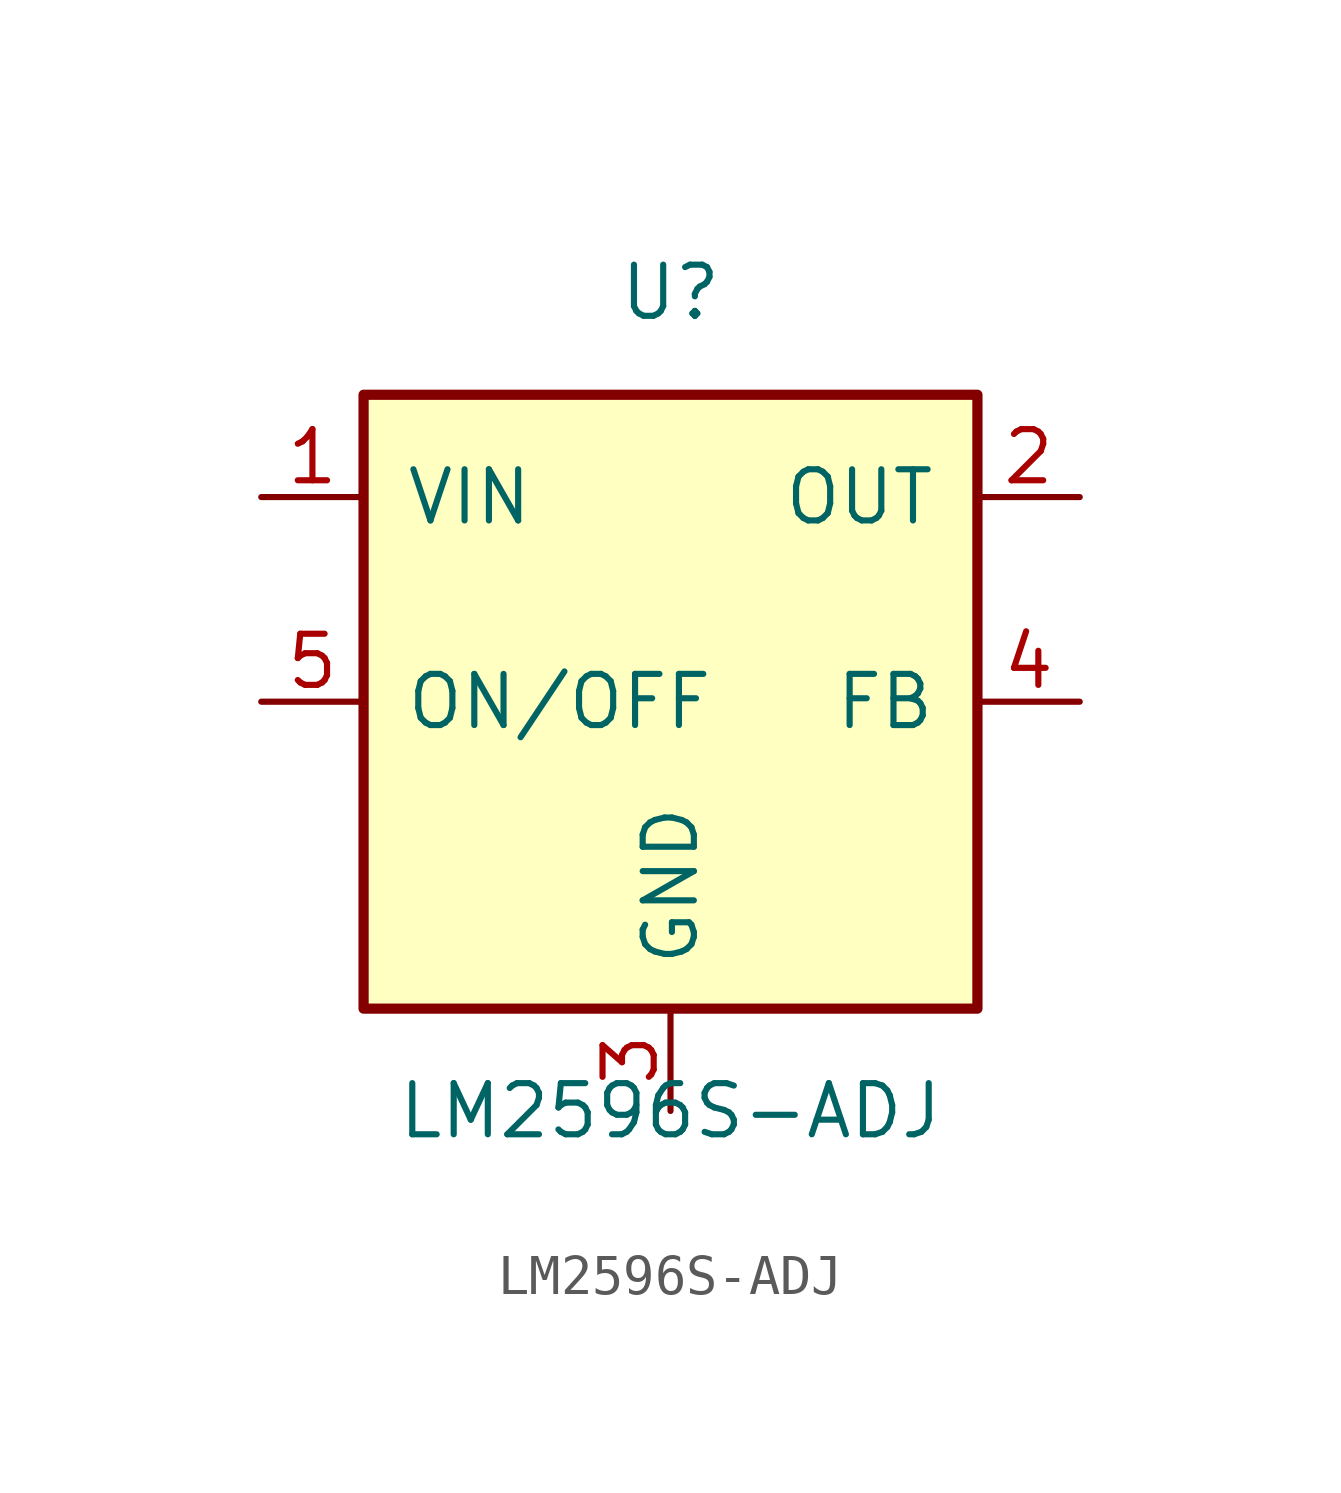
<source format=kicad_sym>
(kicad_symbol_lib
  (version 20231120)
  (generator "kicad_auto_builder")
  (generator_version "1.0")
  (symbol "LM2596S-ADJ"
    (pin_names
      (offset 1.016))
    (property "Reference" "U"
      (at 0 10.16 0)
      (effects (font (size 1.27 1.27))))
    (property "Value" "LM2596S-ADJ"
      (at 0 -10.16 0)
      (effects (font (size 1.27 1.27))))
    (symbol "LM2596S-ADJ_0_1"
      (rectangle (start -7.62 7.62) (end 7.62 -7.62) (stroke (width 0.254) (type default)) (fill (type background))))
    (symbol "LM2596S-ADJ_1_1"
      (pin power_in line (at -10.16 5.08 0) (length 2.54) (name "VIN" (effects (font (size 1.27 1.27)))) (number "1" (effects (font (size 1.27 1.27)))))
      (pin output line (at 10.16 5.08 180) (length 2.54) (name "OUT" (effects (font (size 1.27 1.27)))) (number "2" (effects (font (size 1.27 1.27)))))
      (pin power_in line (at 0 -10.16 90) (length 2.54) (name "GND" (effects (font (size 1.27 1.27)))) (number "3" (effects (font (size 1.27 1.27)))))
      (pin input line (at 10.16 0 180) (length 2.54) (name "FB" (effects (font (size 1.27 1.27)))) (number "4" (effects (font (size 1.27 1.27)))))
      (pin input line (at -10.16 0 0) (length 2.54) (name "ON/OFF" (effects (font (size 1.27 1.27)))) (number "5" (effects (font (size 1.27 1.27))))))))
</source>
